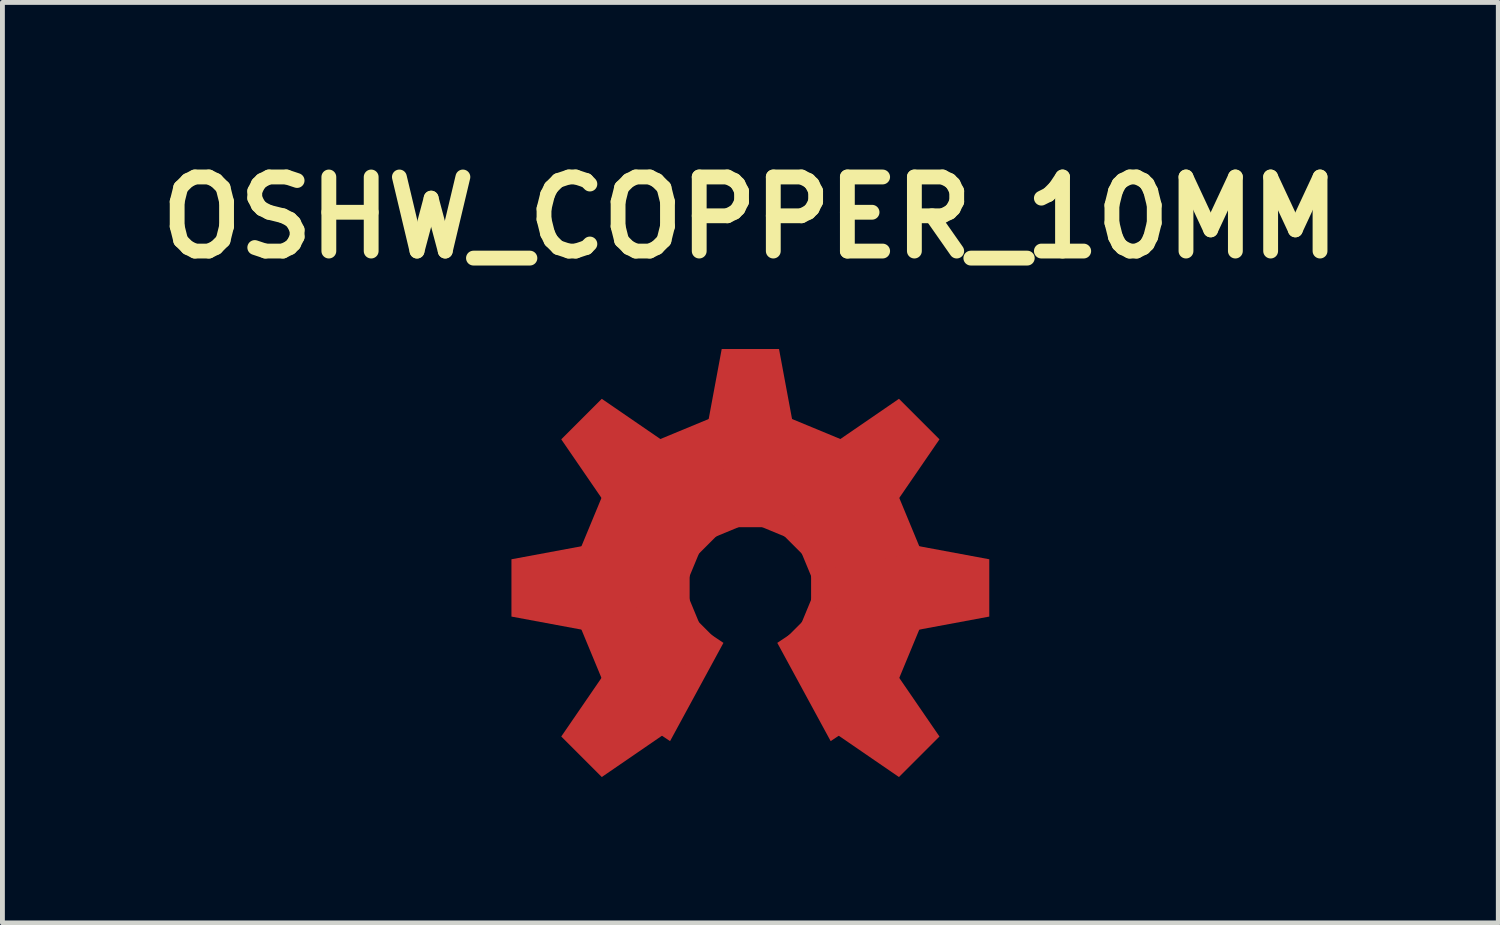
<source format=kicad_pcb>
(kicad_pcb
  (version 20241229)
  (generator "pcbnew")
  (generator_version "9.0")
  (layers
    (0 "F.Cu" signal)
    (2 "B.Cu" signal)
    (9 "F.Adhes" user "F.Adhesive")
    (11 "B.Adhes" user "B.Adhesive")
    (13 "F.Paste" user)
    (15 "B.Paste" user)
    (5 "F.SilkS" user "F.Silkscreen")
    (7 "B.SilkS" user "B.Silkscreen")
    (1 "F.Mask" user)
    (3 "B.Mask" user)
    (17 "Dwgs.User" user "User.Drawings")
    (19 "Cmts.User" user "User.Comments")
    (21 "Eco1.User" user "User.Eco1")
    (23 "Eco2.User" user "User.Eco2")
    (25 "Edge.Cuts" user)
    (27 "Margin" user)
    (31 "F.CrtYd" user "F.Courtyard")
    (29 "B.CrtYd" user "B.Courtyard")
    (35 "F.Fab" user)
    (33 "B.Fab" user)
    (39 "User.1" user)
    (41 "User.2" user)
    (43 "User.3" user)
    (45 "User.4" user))
  (footprint "OSHW_COPPER_10MM"
    (layer "F.Cu")
    (at 12.388 9.046)
    (property "Reference" "OSHW_COPPER_10MM" (at 0 -7.62 0) (layer "F.SilkS") (effects (font (size 1.524 1.524) (thickness 0.305))))
    (attr through_hole)
    (pad "" smd trapezoid (at -4.166 0 270) (size 1.458 1.499) (rect_delta 0 -0.279) (layers "F.Cu" "F.Mask" "F.Paste"))
    (pad "" smd trapezoid (at -2.944 -2.944 225) (size 1.458 1.499) (rect_delta 0 -0.279) (layers "F.Cu" "F.Mask" "F.Paste"))
    (pad "" smd trapezoid (at -2.944 2.944 315) (size 1.458 1.499) (rect_delta 0 -0.279) (layers "F.Cu" "F.Mask" "F.Paste"))
    (pad "" smd trapezoid (at -2.395 0 270) (size 1.082 2.291) (rect_delta 0 0.414) (layers "F.Cu" "F.Mask" "F.Paste"))
    (pad "" smd trapezoid (at -2.212 -0.914 247.5) (size 1.082 2.291) (rect_delta 0 0.414) (layers "F.Cu" "F.Mask" "F.Paste"))
    (pad "" smd trapezoid (at -2.212 0.914 292.5) (size 1.082 2.291) (rect_delta 0 0.414) (layers "F.Cu" "F.Mask" "F.Paste"))
    (pad "" smd trapezoid (at -1.692 -1.692 225) (size 1.082 2.291) (rect_delta 0 0.414) (layers "F.Cu" "F.Mask" "F.Paste"))
    (pad "" smd trapezoid (at -1.692 1.692 315) (size 1.082 2.291) (rect_delta 0 0.414) (layers "F.Cu" "F.Mask" "F.Paste"))
    (pad "" smd trapezoid (at -1.328 1.991 326.3) (size 0.541 2.291) (rect_delta 0 0.208) (layers "F.Cu" "F.Mask" "F.Paste"))
    (pad "" smd trapezoid (at -0.914 -2.212 202.5) (size 1.082 2.291) (rect_delta 0 0.414) (layers "F.Cu" "F.Mask" "F.Paste"))
    (pad "" smd trapezoid (at 0 -4.166 180) (size 1.458 1.499) (rect_delta 0 -0.279) (layers "F.Cu" "F.Mask" "F.Paste"))
    (pad "" smd trapezoid (at 0 -2.395 180) (size 1.082 2.291) (rect_delta 0 0.414) (layers "F.Cu" "F.Mask" "F.Paste"))
    (pad "" smd trapezoid (at 0.914 -2.212 157.5) (size 1.082 2.291) (rect_delta 0 0.414) (layers "F.Cu" "F.Mask" "F.Paste"))
    (pad "" smd trapezoid (at 1.328 1.991 33.7) (size 0.541 2.291) (rect_delta 0 0.208) (layers "F.Cu" "F.Mask" "F.Paste"))
    (pad "" smd trapezoid (at 1.692 -1.692 135) (size 1.082 2.291) (rect_delta 0 0.414) (layers "F.Cu" "F.Mask" "F.Paste"))
    (pad "" smd trapezoid (at 1.692 1.692 45) (size 1.082 2.291) (rect_delta 0 0.414) (layers "F.Cu" "F.Mask" "F.Paste"))
    (pad "" smd trapezoid (at 2.212 -0.914 112.5) (size 1.082 2.291) (rect_delta 0 0.414) (layers "F.Cu" "F.Mask" "F.Paste"))
    (pad "" smd trapezoid (at 2.212 0.914 67.5) (size 1.082 2.291) (rect_delta 0 0.414) (layers "F.Cu" "F.Mask" "F.Paste"))
    (pad "" smd trapezoid (at 2.395 0 90) (size 1.082 2.291) (rect_delta 0 0.414) (layers "F.Cu" "F.Mask" "F.Paste"))
    (pad "" smd trapezoid (at 2.944 -2.944 135) (size 1.458 1.499) (rect_delta 0 -0.279) (layers "F.Cu" "F.Mask" "F.Paste"))
    (pad "" smd trapezoid (at 2.944 2.944 45) (size 1.458 1.499) (rect_delta 0 -0.279) (layers "F.Cu" "F.Mask" "F.Paste"))
    (pad "" smd trapezoid (at 4.166 0 90) (size 1.458 1.499) (rect_delta 0 -0.279) (layers "F.Cu" "F.Mask" "F.Paste")))
  (gr_rect
    (start -3 -3)
    (end 27.776 15.937)
    (stroke (width 0.1) (type default))
    (fill no)
    (layer "Edge.Cuts")))
</source>
